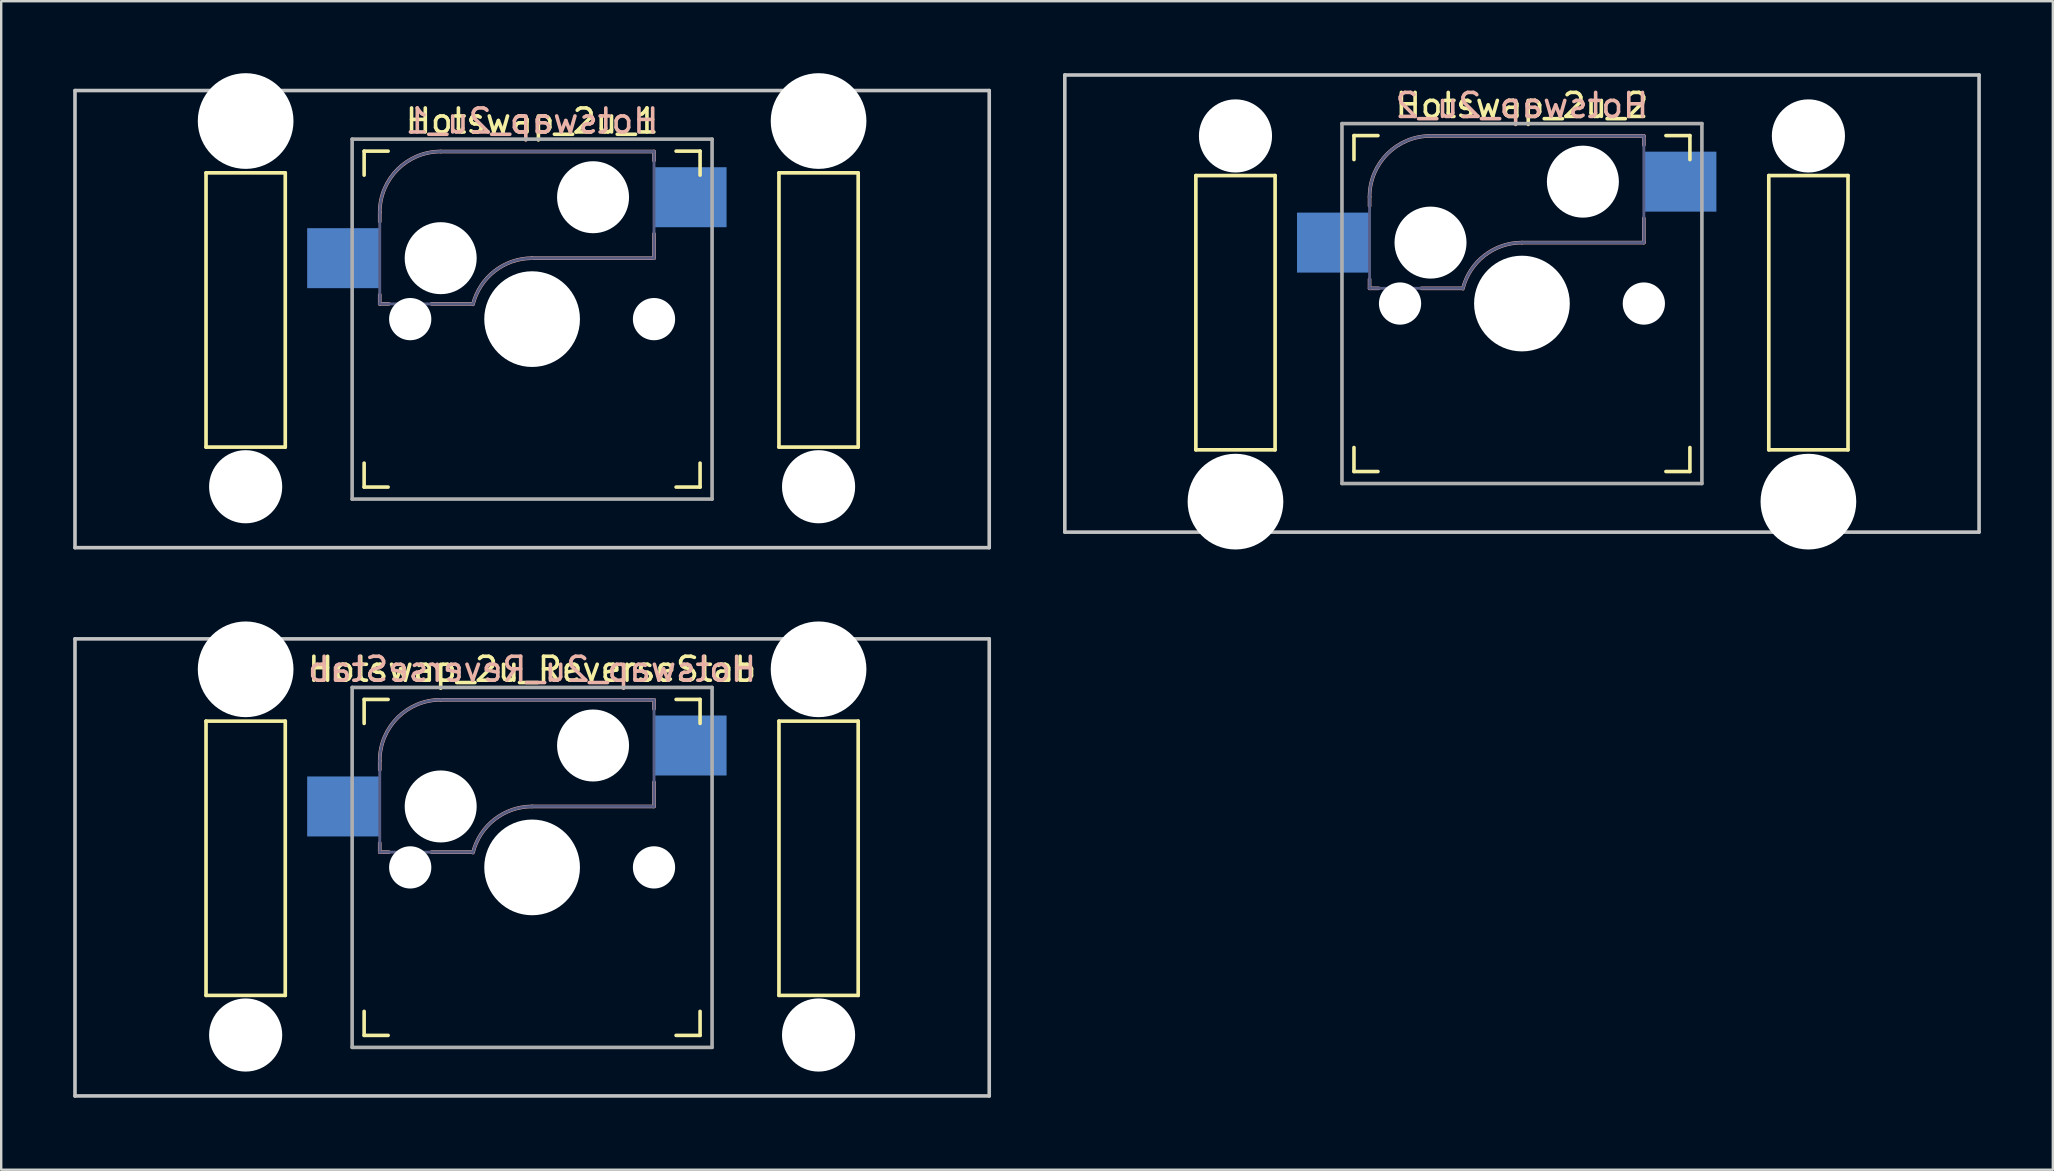
<source format=kicad_pcb>
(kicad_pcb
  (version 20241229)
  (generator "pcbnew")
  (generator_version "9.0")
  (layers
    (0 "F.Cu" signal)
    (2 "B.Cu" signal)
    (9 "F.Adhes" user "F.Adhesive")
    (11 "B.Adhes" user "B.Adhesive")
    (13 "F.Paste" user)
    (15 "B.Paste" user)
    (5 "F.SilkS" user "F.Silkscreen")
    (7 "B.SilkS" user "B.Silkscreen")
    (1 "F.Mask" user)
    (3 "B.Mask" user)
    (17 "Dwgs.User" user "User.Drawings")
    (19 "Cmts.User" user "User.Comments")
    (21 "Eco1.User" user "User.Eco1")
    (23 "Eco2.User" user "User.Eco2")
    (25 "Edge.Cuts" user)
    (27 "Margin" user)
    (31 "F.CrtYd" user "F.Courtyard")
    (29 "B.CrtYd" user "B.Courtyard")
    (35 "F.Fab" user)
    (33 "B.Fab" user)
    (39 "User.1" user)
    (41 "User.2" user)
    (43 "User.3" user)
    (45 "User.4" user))
  (footprint "Hotswap_2u_2"
    (layer "F.Cu")
    (at 60.375 9.6)
    (property "Reference" "Hotswap_2u_2" (at 0 -8.255 0) (layer "F.SilkS") (effects (font (size 1 1) (thickness 0.15))))
    (attr through_hole)
    (fp_line (start -13.589 -5.334) (end -13.589 6.096) (stroke (width 0.152) (type solid)) (layer "F.SilkS"))
    (fp_line (start -13.589 6.096) (end -10.287 6.096) (stroke (width 0.152) (type solid)) (layer "F.SilkS"))
    (fp_line (start -10.287 -5.334) (end -13.589 -5.334) (stroke (width 0.152) (type solid)) (layer "F.SilkS"))
    (fp_line (start -10.287 6.096) (end -10.287 -5.334) (stroke (width 0.152) (type solid)) (layer "F.SilkS"))
    (fp_line (start -7 -6) (end -7 -7) (stroke (width 0.15) (type solid)) (layer "F.SilkS"))
    (fp_line (start -7 7) (end -7 6) (stroke (width 0.15) (type solid)) (layer "F.SilkS"))
    (fp_line (start -7 7) (end -6 7) (stroke (width 0.15) (type solid)) (layer "F.SilkS"))
    (fp_line (start -6 -7) (end -7 -7) (stroke (width 0.15) (type solid)) (layer "F.SilkS"))
    (fp_line (start 6 7) (end 7 7) (stroke (width 0.15) (type solid)) (layer "F.SilkS"))
    (fp_line (start 7 -7) (end 6 -7) (stroke (width 0.15) (type solid)) (layer "F.SilkS"))
    (fp_line (start 7 -7) (end 7 -6) (stroke (width 0.15) (type solid)) (layer "F.SilkS"))
    (fp_line (start 7 6) (end 7 7) (stroke (width 0.15) (type solid)) (layer "F.SilkS"))
    (fp_line (start 10.287 -5.334) (end 10.287 6.096) (stroke (width 0.152) (type solid)) (layer "F.SilkS"))
    (fp_line (start 10.287 6.096) (end 13.589 6.096) (stroke (width 0.152) (type solid)) (layer "F.SilkS"))
    (fp_line (start 13.589 -5.334) (end 10.287 -5.334) (stroke (width 0.152) (type solid)) (layer "F.SilkS"))
    (fp_line (start 13.589 6.096) (end 13.589 -5.334) (stroke (width 0.152) (type solid)) (layer "F.SilkS"))
    (fp_line (start -6.35 -4.445) (end -6.35 -4.064) (stroke (width 0.15) (type solid)) (layer "B.SilkS"))
    (fp_line (start -6.35 -1.016) (end -6.35 -0.635) (stroke (width 0.15) (type solid)) (layer "B.SilkS"))
    (fp_line (start -6.35 -0.635) (end -5.969 -0.635) (stroke (width 0.15) (type solid)) (layer "B.SilkS"))
    (fp_line (start -4.191 -0.635) (end -2.54 -0.635) (stroke (width 0.15) (type solid)) (layer "B.SilkS"))
    (fp_line (start 0 -2.54) (end 5.08 -2.54) (stroke (width 0.15) (type solid)) (layer "B.SilkS"))
    (fp_line (start 5.08 -6.985) (end -3.81 -6.985) (stroke (width 0.15) (type solid)) (layer "B.SilkS"))
    (fp_line (start 5.08 -6.604) (end 5.08 -6.985) (stroke (width 0.15) (type solid)) (layer "B.SilkS"))
    (fp_line (start 5.08 -2.54) (end 5.08 -3.556) (stroke (width 0.15) (type solid)) (layer "B.SilkS"))
    (fp_arc (start -6.35 -4.445) (mid -5.606051 -6.241051) (end -3.81 -6.985) (stroke (width 0.15) (type solid)) (layer "B.SilkS"))
    (fp_arc (start -2.464162 -0.61604) (mid -1.563147 -2.002042) (end 0 -2.54) (stroke (width 0.15) (type solid)) (layer "B.SilkS"))
    (fp_line (start -19.05 -9.525) (end 19.05 -9.525) (stroke (width 0.15) (type solid)) (layer "Dwgs.User"))
    (fp_line (start -19.05 9.525) (end -19.05 -9.525) (stroke (width 0.15) (type solid)) (layer "Dwgs.User"))
    (fp_line (start -19.05 9.525) (end 19.05 9.525) (stroke (width 0.15) (type solid)) (layer "Dwgs.User"))
    (fp_line (start 19.05 -9.525) (end 19.05 9.525) (stroke (width 0.15) (type solid)) (layer "Dwgs.User"))
    (fp_line (start -6.9 6.9) (end -6.9 -6.9) (stroke (width 0.15) (type solid)) (layer "Eco2.User"))
    (fp_line (start -6.9 6.9) (end 6.9 6.9) (stroke (width 0.15) (type solid)) (layer "Eco2.User"))
    (fp_line (start 6.9 -6.9) (end -6.9 -6.9) (stroke (width 0.15) (type solid)) (layer "Eco2.User"))
    (fp_line (start 6.9 -6.9) (end 6.9 6.9) (stroke (width 0.15) (type solid)) (layer "Eco2.User"))
    (fp_line (start -6.35 -4.445) (end -6.35 -0.635) (stroke (width 0.12) (type solid)) (layer "B.Fab"))
    (fp_line (start -6.35 -0.635) (end -2.54 -0.635) (stroke (width 0.12) (type solid)) (layer "B.Fab"))
    (fp_line (start 0 -2.54) (end 5.08 -2.54) (stroke (width 0.12) (type solid)) (layer "B.Fab"))
    (fp_line (start 5.08 -6.985) (end -3.81 -6.985) (stroke (width 0.12) (type solid)) (layer "B.Fab"))
    (fp_line (start 5.08 -2.54) (end 5.08 -6.985) (stroke (width 0.12) (type solid)) (layer "B.Fab"))
    (fp_arc (start -6.35 -4.445) (mid -5.606051 -6.241051) (end -3.81 -6.985) (stroke (width 0.12) (type solid)) (layer "B.Fab"))
    (fp_arc (start -2.464162 -0.61604) (mid -1.563147 -2.002042) (end 0 -2.54) (stroke (width 0.12) (type solid)) (layer "B.Fab"))
    (fp_line (start -7.5 -7.5) (end 7.5 -7.5) (stroke (width 0.15) (type solid)) (layer "F.Fab"))
    (fp_line (start -7.5 7.5) (end -7.5 -7.5) (stroke (width 0.15) (type solid)) (layer "F.Fab"))
    (fp_line (start 7.5 -7.5) (end 7.5 7.5) (stroke (width 0.15) (type solid)) (layer "F.Fab"))
    (fp_line (start 7.5 7.5) (end -7.5 7.5) (stroke (width 0.15) (type solid)) (layer "F.Fab"))
    (fp_text user "${REFERENCE}" (at 0 -8.255 0) (layer "B.SilkS") (effects (font (size 1 1) (thickness 0.15)) (justify mirror)))
    (pad "" np_thru_hole circle (at -11.938 -6.985) (size 3.048 3.048) (drill 3.048) (layers "*.Cu" "*.Mask"))
    (pad "" np_thru_hole circle (at -11.938 8.255) (size 3.988 3.988) (drill 3.988) (layers "*.Cu" "*.Mask"))
    (pad "" np_thru_hole circle (at -5.08 0 180) (size 1.76 1.76) (drill 1.76) (layers "*.Cu" "*.Mask"))
    (pad "" np_thru_hole circle (at -3.81 -2.54 180) (size 3 3) (drill 3) (layers "*.Cu" "*.Mask"))
    (pad "" np_thru_hole circle (at 0 0 180) (size 3.988 3.988) (drill 3.988) (layers "*.Cu" "*.Mask"))
    (pad "" np_thru_hole circle (at 2.54 -5.08 180) (size 3 3) (drill 3) (layers "*.Cu" "*.Mask"))
    (pad "" np_thru_hole circle (at 5.08 0 180) (size 1.76 1.76) (drill 1.76) (layers "*.Cu" "*.Mask"))
    (pad "" np_thru_hole circle (at 11.938 -6.985) (size 3.048 3.048) (drill 3.048) (layers "*.Cu" "*.Mask"))
    (pad "" np_thru_hole circle (at 11.938 8.255) (size 3.988 3.988) (drill 3.988) (layers "*.Cu" "*.Mask"))
    (pad "1" smd rect (at -7.874 -2.54 180) (size 3 2.5) (layers "B.Cu" "B.Mask" "B.Paste"))
    (pad "2" smd rect (at 6.604 -5.08 180) (size 3 2.5) (layers "B.Cu" "B.Mask" "B.Paste")))
  (footprint "Hotswap_2u_1"
    (layer "F.Cu")
    (at 19.125 10.249)
    (property "Reference" "Hotswap_2u_1" (at 0 -8.255 0) (layer "F.SilkS") (effects (font (size 1 1) (thickness 0.15))))
    (attr through_hole)
    (fp_line (start -13.589 -6.096) (end -13.589 5.334) (stroke (width 0.152) (type solid)) (layer "F.SilkS"))
    (fp_line (start -13.589 5.334) (end -10.287 5.334) (stroke (width 0.152) (type solid)) (layer "F.SilkS"))
    (fp_line (start -10.287 -6.096) (end -13.589 -6.096) (stroke (width 0.152) (type solid)) (layer "F.SilkS"))
    (fp_line (start -10.287 5.334) (end -10.287 -6.096) (stroke (width 0.152) (type solid)) (layer "F.SilkS"))
    (fp_line (start -7 -6) (end -7 -7) (stroke (width 0.15) (type solid)) (layer "F.SilkS"))
    (fp_line (start -7 7) (end -7 6) (stroke (width 0.15) (type solid)) (layer "F.SilkS"))
    (fp_line (start -7 7) (end -6 7) (stroke (width 0.15) (type solid)) (layer "F.SilkS"))
    (fp_line (start -6 -7) (end -7 -7) (stroke (width 0.15) (type solid)) (layer "F.SilkS"))
    (fp_line (start 6 7) (end 7 7) (stroke (width 0.15) (type solid)) (layer "F.SilkS"))
    (fp_line (start 7 -7) (end 6 -7) (stroke (width 0.15) (type solid)) (layer "F.SilkS"))
    (fp_line (start 7 -7) (end 7 -6) (stroke (width 0.15) (type solid)) (layer "F.SilkS"))
    (fp_line (start 7 6) (end 7 7) (stroke (width 0.15) (type solid)) (layer "F.SilkS"))
    (fp_line (start 10.287 -6.096) (end 10.287 5.334) (stroke (width 0.152) (type solid)) (layer "F.SilkS"))
    (fp_line (start 10.287 5.334) (end 13.589 5.334) (stroke (width 0.152) (type solid)) (layer "F.SilkS"))
    (fp_line (start 13.589 -6.096) (end 10.287 -6.096) (stroke (width 0.152) (type solid)) (layer "F.SilkS"))
    (fp_line (start 13.589 5.334) (end 13.589 -6.096) (stroke (width 0.152) (type solid)) (layer "F.SilkS"))
    (fp_line (start -6.35 -4.445) (end -6.35 -4.064) (stroke (width 0.15) (type solid)) (layer "B.SilkS"))
    (fp_line (start -6.35 -1.016) (end -6.35 -0.635) (stroke (width 0.15) (type solid)) (layer "B.SilkS"))
    (fp_line (start -6.35 -0.635) (end -5.969 -0.635) (stroke (width 0.15) (type solid)) (layer "B.SilkS"))
    (fp_line (start -4.191 -0.635) (end -2.54 -0.635) (stroke (width 0.15) (type solid)) (layer "B.SilkS"))
    (fp_line (start 0 -2.54) (end 5.08 -2.54) (stroke (width 0.15) (type solid)) (layer "B.SilkS"))
    (fp_line (start 5.08 -6.985) (end -3.81 -6.985) (stroke (width 0.15) (type solid)) (layer "B.SilkS"))
    (fp_line (start 5.08 -6.604) (end 5.08 -6.985) (stroke (width 0.15) (type solid)) (layer "B.SilkS"))
    (fp_line (start 5.08 -2.54) (end 5.08 -3.556) (stroke (width 0.15) (type solid)) (layer "B.SilkS"))
    (fp_arc (start -6.35 -4.445) (mid -5.606051 -6.241051) (end -3.81 -6.985) (stroke (width 0.15) (type solid)) (layer "B.SilkS"))
    (fp_arc (start -2.464162 -0.61604) (mid -1.563147 -2.002042) (end 0 -2.54) (stroke (width 0.15) (type solid)) (layer "B.SilkS"))
    (fp_line (start -19.05 -9.525) (end 19.05 -9.525) (stroke (width 0.15) (type solid)) (layer "Dwgs.User"))
    (fp_line (start -19.05 9.525) (end -19.05 -9.525) (stroke (width 0.15) (type solid)) (layer "Dwgs.User"))
    (fp_line (start 19.05 -9.525) (end 19.05 9.525) (stroke (width 0.15) (type solid)) (layer "Dwgs.User"))
    (fp_line (start 19.05 9.525) (end -19.05 9.525) (stroke (width 0.15) (type solid)) (layer "Dwgs.User"))
    (fp_line (start -6.9 6.9) (end -6.9 -6.9) (stroke (width 0.15) (type solid)) (layer "Eco2.User"))
    (fp_line (start -6.9 6.9) (end 6.9 6.9) (stroke (width 0.15) (type solid)) (layer "Eco2.User"))
    (fp_line (start 6.9 -6.9) (end -6.9 -6.9) (stroke (width 0.15) (type solid)) (layer "Eco2.User"))
    (fp_line (start 6.9 -6.9) (end 6.9 6.9) (stroke (width 0.15) (type solid)) (layer "Eco2.User"))
    (fp_line (start -6.35 -4.445) (end -6.35 -0.635) (stroke (width 0.12) (type solid)) (layer "B.Fab"))
    (fp_line (start -6.35 -0.635) (end -2.54 -0.635) (stroke (width 0.12) (type solid)) (layer "B.Fab"))
    (fp_line (start 0 -2.54) (end 5.08 -2.54) (stroke (width 0.12) (type solid)) (layer "B.Fab"))
    (fp_line (start 5.08 -6.985) (end -3.81 -6.985) (stroke (width 0.12) (type solid)) (layer "B.Fab"))
    (fp_line (start 5.08 -2.54) (end 5.08 -6.985) (stroke (width 0.12) (type solid)) (layer "B.Fab"))
    (fp_arc (start -6.35 -4.445) (mid -5.606051 -6.241051) (end -3.81 -6.985) (stroke (width 0.12) (type solid)) (layer "B.Fab"))
    (fp_arc (start -2.464162 -0.61604) (mid -1.563147 -2.002042) (end 0 -2.54) (stroke (width 0.12) (type solid)) (layer "B.Fab"))
    (fp_line (start -7.5 -7.5) (end 7.5 -7.5) (stroke (width 0.15) (type solid)) (layer "F.Fab"))
    (fp_line (start -7.5 7.5) (end -7.5 -7.5) (stroke (width 0.15) (type solid)) (layer "F.Fab"))
    (fp_line (start 7.5 -7.5) (end 7.5 7.5) (stroke (width 0.15) (type solid)) (layer "F.Fab"))
    (fp_line (start 7.5 7.5) (end -7.5 7.5) (stroke (width 0.15) (type solid)) (layer "F.Fab"))
    (fp_text user "${REFERENCE}" (at 0 -8.255 0) (layer "B.SilkS") (effects (font (size 1 1) (thickness 0.15)) (justify mirror)))
    (pad "" np_thru_hole circle (at -11.938 -8.255 180) (size 3.988 3.988) (drill 3.988) (layers "*.Cu" "*.Mask"))
    (pad "" np_thru_hole circle (at -11.938 6.985 180) (size 3.048 3.048) (drill 3.048) (layers "*.Cu" "*.Mask"))
    (pad "" np_thru_hole circle (at -5.08 0 180) (size 1.76 1.76) (drill 1.76) (layers "*.Cu" "*.Mask"))
    (pad "" np_thru_hole circle (at -3.81 -2.54 180) (size 3 3) (drill 3) (layers "*.Cu" "*.Mask"))
    (pad "" np_thru_hole circle (at 0 0 180) (size 3.988 3.988) (drill 3.988) (layers "*.Cu" "*.Mask"))
    (pad "" np_thru_hole circle (at 2.54 -5.08 180) (size 3 3) (drill 3) (layers "*.Cu" "*.Mask"))
    (pad "" np_thru_hole circle (at 5.08 0 180) (size 1.76 1.76) (drill 1.76) (layers "*.Cu" "*.Mask"))
    (pad "" np_thru_hole circle (at 11.938 -8.255 180) (size 3.988 3.988) (drill 3.988) (layers "*.Cu" "*.Mask"))
    (pad "" np_thru_hole circle (at 11.938 6.985 180) (size 3.048 3.048) (drill 3.048) (layers "*.Cu" "*.Mask"))
    (pad "1" smd rect (at -7.874 -2.54 180) (size 3 2.5) (layers "B.Cu" "B.Mask" "B.Paste"))
    (pad "2" smd rect (at 6.604 -5.08 180) (size 3 2.5) (layers "B.Cu" "B.Mask" "B.Paste")))
  (footprint "Hotswap_2u_ReverseStab"
    (layer "F.Cu")
    (at 19.125 33.098)
    (property "Reference" "Hotswap_2u_ReverseStab" (at 0 -8.255 0) (layer "F.SilkS") (effects (font (size 1 1) (thickness 0.15))))
    (attr through_hole)
    (fp_line (start -13.589 -6.096) (end -13.589 5.334) (stroke (width 0.152) (type solid)) (layer "F.SilkS"))
    (fp_line (start -13.589 5.334) (end -10.287 5.334) (stroke (width 0.152) (type solid)) (layer "F.SilkS"))
    (fp_line (start -10.287 -6.096) (end -13.589 -6.096) (stroke (width 0.152) (type solid)) (layer "F.SilkS"))
    (fp_line (start -10.287 5.334) (end -10.287 -6.096) (stroke (width 0.152) (type solid)) (layer "F.SilkS"))
    (fp_line (start -7 -6) (end -7 -7) (stroke (width 0.15) (type solid)) (layer "F.SilkS"))
    (fp_line (start -7 7) (end -7 6) (stroke (width 0.15) (type solid)) (layer "F.SilkS"))
    (fp_line (start -7 7) (end -6 7) (stroke (width 0.15) (type solid)) (layer "F.SilkS"))
    (fp_line (start -6 -7) (end -7 -7) (stroke (width 0.15) (type solid)) (layer "F.SilkS"))
    (fp_line (start 6 7) (end 7 7) (stroke (width 0.15) (type solid)) (layer "F.SilkS"))
    (fp_line (start 7 -7) (end 6 -7) (stroke (width 0.15) (type solid)) (layer "F.SilkS"))
    (fp_line (start 7 -7) (end 7 -6) (stroke (width 0.15) (type solid)) (layer "F.SilkS"))
    (fp_line (start 7 6) (end 7 7) (stroke (width 0.15) (type solid)) (layer "F.SilkS"))
    (fp_line (start 10.287 -6.096) (end 10.287 5.334) (stroke (width 0.152) (type solid)) (layer "F.SilkS"))
    (fp_line (start 10.287 5.334) (end 13.589 5.334) (stroke (width 0.152) (type solid)) (layer "F.SilkS"))
    (fp_line (start 13.589 -6.096) (end 10.287 -6.096) (stroke (width 0.152) (type solid)) (layer "F.SilkS"))
    (fp_line (start 13.589 5.334) (end 13.589 -6.096) (stroke (width 0.152) (type solid)) (layer "F.SilkS"))
    (fp_line (start -6.35 -4.445) (end -6.35 -4.064) (stroke (width 0.15) (type solid)) (layer "B.SilkS"))
    (fp_line (start -6.35 -1.016) (end -6.35 -0.635) (stroke (width 0.15) (type solid)) (layer "B.SilkS"))
    (fp_line (start -6.35 -0.635) (end -5.969 -0.635) (stroke (width 0.15) (type solid)) (layer "B.SilkS"))
    (fp_line (start -4.191 -0.635) (end -2.54 -0.635) (stroke (width 0.15) (type solid)) (layer "B.SilkS"))
    (fp_line (start 0 -2.54) (end 5.08 -2.54) (stroke (width 0.15) (type solid)) (layer "B.SilkS"))
    (fp_line (start 5.08 -6.985) (end -3.81 -6.985) (stroke (width 0.15) (type solid)) (layer "B.SilkS"))
    (fp_line (start 5.08 -6.604) (end 5.08 -6.985) (stroke (width 0.15) (type solid)) (layer "B.SilkS"))
    (fp_line (start 5.08 -2.54) (end 5.08 -3.556) (stroke (width 0.15) (type solid)) (layer "B.SilkS"))
    (fp_arc (start -6.35 -4.445) (mid -5.606051 -6.241051) (end -3.81 -6.985) (stroke (width 0.15) (type solid)) (layer "B.SilkS"))
    (fp_arc (start -2.464162 -0.61604) (mid -1.563147 -2.002042) (end 0 -2.54) (stroke (width 0.15) (type solid)) (layer "B.SilkS"))
    (fp_line (start -19.05 -9.525) (end 19.05 -9.525) (stroke (width 0.15) (type solid)) (layer "Dwgs.User"))
    (fp_line (start -19.05 9.525) (end -19.05 -9.525) (stroke (width 0.15) (type solid)) (layer "Dwgs.User"))
    (fp_line (start 19.05 -9.525) (end 19.05 9.525) (stroke (width 0.15) (type solid)) (layer "Dwgs.User"))
    (fp_line (start 19.05 9.525) (end -19.05 9.525) (stroke (width 0.15) (type solid)) (layer "Dwgs.User"))
    (fp_line (start -6.9 6.9) (end -6.9 -6.9) (stroke (width 0.15) (type solid)) (layer "Eco2.User"))
    (fp_line (start -6.9 6.9) (end 6.9 6.9) (stroke (width 0.15) (type solid)) (layer "Eco2.User"))
    (fp_line (start 6.9 -6.9) (end -6.9 -6.9) (stroke (width 0.15) (type solid)) (layer "Eco2.User"))
    (fp_line (start 6.9 -6.9) (end 6.9 6.9) (stroke (width 0.15) (type solid)) (layer "Eco2.User"))
    (fp_line (start -6.35 -4.445) (end -6.35 -0.635) (stroke (width 0.12) (type solid)) (layer "B.Fab"))
    (fp_line (start -6.35 -0.635) (end -2.54 -0.635) (stroke (width 0.12) (type solid)) (layer "B.Fab"))
    (fp_line (start 0 -2.54) (end 5.08 -2.54) (stroke (width 0.12) (type solid)) (layer "B.Fab"))
    (fp_line (start 5.08 -6.985) (end -3.81 -6.985) (stroke (width 0.12) (type solid)) (layer "B.Fab"))
    (fp_line (start 5.08 -2.54) (end 5.08 -6.985) (stroke (width 0.12) (type solid)) (layer "B.Fab"))
    (fp_arc (start -6.35 -4.445) (mid -5.606051 -6.241051) (end -3.81 -6.985) (stroke (width 0.12) (type solid)) (layer "B.Fab"))
    (fp_arc (start -2.464162 -0.61604) (mid -1.563147 -2.002042) (end 0 -2.54) (stroke (width 0.12) (type solid)) (layer "B.Fab"))
    (fp_line (start -7.5 -7.5) (end 7.5 -7.5) (stroke (width 0.15) (type solid)) (layer "F.Fab"))
    (fp_line (start -7.5 7.5) (end -7.5 -7.5) (stroke (width 0.15) (type solid)) (layer "F.Fab"))
    (fp_line (start 7.5 -7.5) (end 7.5 7.5) (stroke (width 0.15) (type solid)) (layer "F.Fab"))
    (fp_line (start 7.5 7.5) (end -7.5 7.5) (stroke (width 0.15) (type solid)) (layer "F.Fab"))
    (fp_text user "${REFERENCE}" (at 0 -8.255 0) (layer "B.SilkS") (effects (font (size 1 1) (thickness 0.15)) (justify mirror)))
    (pad "" np_thru_hole circle (at -11.938 -8.255 180) (size 3.988 3.988) (drill 3.988) (layers "*.Cu" "*.Mask"))
    (pad "" np_thru_hole circle (at -11.938 6.985 180) (size 3.048 3.048) (drill 3.048) (layers "*.Cu" "*.Mask"))
    (pad "" np_thru_hole circle (at -5.08 0 180) (size 1.76 1.76) (drill 1.76) (layers "*.Cu" "*.Mask"))
    (pad "" np_thru_hole circle (at -3.81 -2.54 180) (size 3 3) (drill 3) (layers "*.Cu" "*.Mask"))
    (pad "" np_thru_hole circle (at 0 0 180) (size 3.988 3.988) (drill 3.988) (layers "*.Cu" "*.Mask"))
    (pad "" np_thru_hole circle (at 2.54 -5.08 180) (size 3 3) (drill 3) (layers "*.Cu" "*.Mask"))
    (pad "" np_thru_hole circle (at 5.08 0 180) (size 1.76 1.76) (drill 1.76) (layers "*.Cu" "*.Mask"))
    (pad "" np_thru_hole circle (at 11.938 -8.255 180) (size 3.988 3.988) (drill 3.988) (layers "*.Cu" "*.Mask"))
    (pad "" np_thru_hole circle (at 11.938 6.985 180) (size 3.048 3.048) (drill 3.048) (layers "*.Cu" "*.Mask"))
    (pad "1" smd rect (at -7.874 -2.54 180) (size 3 2.5) (layers "B.Cu" "B.Mask" "B.Paste"))
    (pad "2" smd rect (at 6.604 -5.08 180) (size 3 2.5) (layers "B.Cu" "B.Mask" "B.Paste")))
  (gr_rect
    (start -3 -3)
    (end 82.5 45.698)
    (stroke (width 0.1) (type default))
    (fill no)
    (layer "Edge.Cuts")))
</source>
